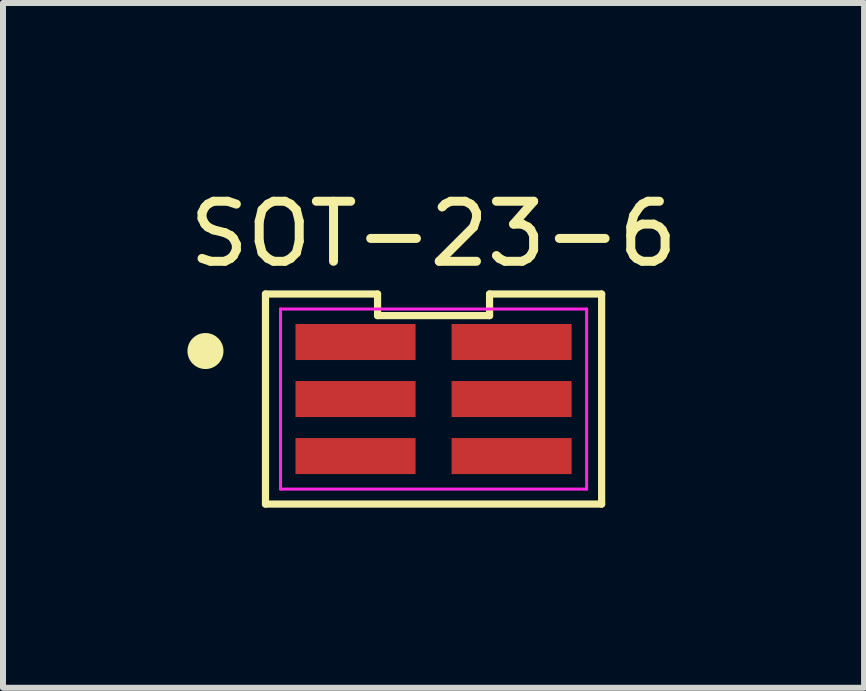
<source format=kicad_pcb>
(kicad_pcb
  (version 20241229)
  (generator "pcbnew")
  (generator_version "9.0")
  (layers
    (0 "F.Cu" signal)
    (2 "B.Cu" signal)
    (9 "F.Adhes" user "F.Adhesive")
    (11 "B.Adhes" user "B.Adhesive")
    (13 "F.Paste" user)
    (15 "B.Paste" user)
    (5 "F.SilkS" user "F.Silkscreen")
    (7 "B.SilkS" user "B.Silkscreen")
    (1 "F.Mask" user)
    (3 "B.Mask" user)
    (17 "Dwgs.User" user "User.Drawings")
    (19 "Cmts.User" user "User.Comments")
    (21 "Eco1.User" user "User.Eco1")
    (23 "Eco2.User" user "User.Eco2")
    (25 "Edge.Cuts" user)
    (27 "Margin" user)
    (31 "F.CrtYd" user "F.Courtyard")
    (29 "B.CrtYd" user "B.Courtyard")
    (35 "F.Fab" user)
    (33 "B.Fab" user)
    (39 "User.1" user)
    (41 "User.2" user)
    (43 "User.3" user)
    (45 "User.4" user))
  (footprint "SOT-23-6"
    (layer "F.Cu")
    (at 3.873 3.298)
    (property "Reference" "SOT-23-6" (at 0.3 -2.45 0) (layer "F.SilkS") (effects (font (size 1 1) (thickness 0.15))))
    (attr through_hole)
    (fp_line (start -2.5 -1.45) (end -2.5 2.05) (stroke (width 0.12) (type default)) (layer "F.SilkS"))
    (fp_line (start -2.5 2.05) (end 3.1 2.05) (stroke (width 0.12) (type default)) (layer "F.SilkS"))
    (fp_line (start -0.633 -1.45) (end -2.5 -1.45) (stroke (width 0.12) (type default)) (layer "F.SilkS"))
    (fp_line (start -0.633 -1.09) (end -0.633 -1.45) (stroke (width 0.12) (type default)) (layer "F.SilkS"))
    (fp_line (start 1.233 -1.45) (end 1.233 -1.09) (stroke (width 0.12) (type default)) (layer "F.SilkS"))
    (fp_line (start 1.233 -1.09) (end -0.633 -1.09) (stroke (width 0.12) (type default)) (layer "F.SilkS"))
    (fp_line (start 3.1 -1.45) (end 1.233 -1.45) (stroke (width 0.12) (type default)) (layer "F.SilkS"))
    (fp_line (start 3.1 2.05) (end 3.1 -1.45) (stroke (width 0.12) (type default)) (layer "F.SilkS"))
    (fp_circle (center -3.5 -0.5) (end -3.25 -0.5) (stroke (width 0.1) (type solid)) (fill yes) (layer "F.SilkS"))
    (fp_line (start -2.25 -1.2) (end 2.85 -1.2) (stroke (width 0.05) (type default)) (layer "F.CrtYd"))
    (fp_line (start -2.25 1.8) (end -2.25 -1.2) (stroke (width 0.05) (type default)) (layer "F.CrtYd"))
    (fp_line (start 2.85 -1.2) (end 2.85 1.8) (stroke (width 0.05) (type default)) (layer "F.CrtYd"))
    (fp_line (start 2.85 1.8) (end -2.25 1.8) (stroke (width 0.05) (type default)) (layer "F.CrtYd"))
    (pad "1" smd rect (at -1 -0.65 270) (size 0.6 2) (layers "F.Cu" "F.Mask" "F.Paste"))
    (pad "2" smd rect (at -1 0.3 270) (size 0.6 2) (layers "F.Cu" "F.Mask" "F.Paste"))
    (pad "3" smd rect (at -1 1.25 270) (size 0.6 2) (layers "F.Cu" "F.Mask" "F.Paste"))
    (pad "4" smd rect (at 1.6 1.25 270) (size 0.6 2) (layers "F.Cu" "F.Mask" "F.Paste"))
    (pad "5" smd rect (at 1.6 0.3 270) (size 0.6 2) (layers "F.Cu" "F.Mask" "F.Paste"))
    (pad "6" smd rect (at 1.6 -0.65 270) (size 0.6 2) (layers "F.Cu" "F.Mask" "F.Paste")))
  (gr_rect
    (start -3 -3)
    (end 11.345 8.408)
    (stroke (width 0.1) (type default))
    (fill no)
    (layer "Edge.Cuts")))
</source>
